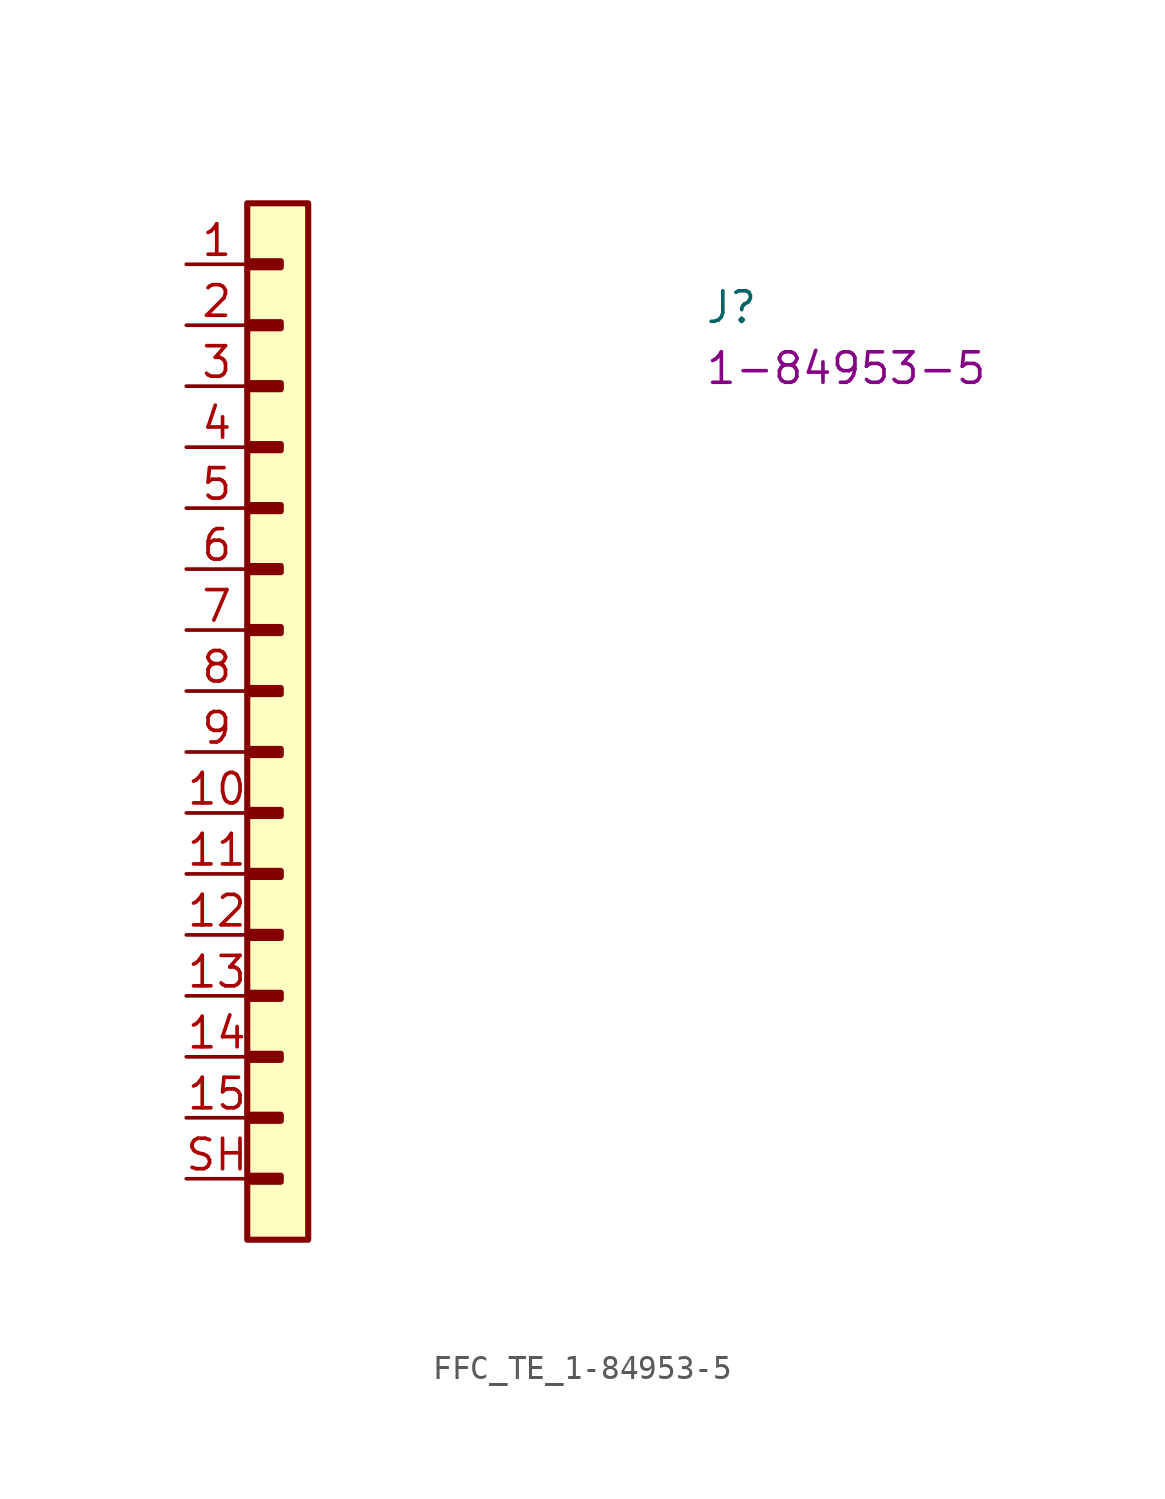
<source format=kicad_sym>
(kicad_symbol_lib
  (version 20220914)
  (generator kicad_symbol_editor)
  (symbol "FFC_TE_1-84953-5"
    (property "Reference" "J"
      (at 21.59 -2.54 0)
      (effects (font (size 1.27 1.27) (thickness 0.15)) (justify left bottom)))
    (property "MPN" "1-84953-5"
      (at 21.59 -5.08 0)
      (effects (font (size 1.27 1.27) (thickness 0.15)) (justify left bottom)))
    (symbol "FFC_TE_1-84953-5_1_1"
      (rectangle (start 2.54 2.54) (end 5.08 -40.64) (stroke (width 0.254) (type default)) (fill (type background)))
      (rectangle (start 2.667 -37.973) (end 3.937 -38.227) (stroke (width 0.254) (type default)) (fill (type outline)))
      (rectangle (start 2.667 -35.433) (end 3.937 -35.687) (stroke (width 0.254) (type default)) (fill (type outline)))
      (rectangle (start 2.667 -32.893) (end 3.937 -33.147) (stroke (width 0.254) (type default)) (fill (type outline)))
      (rectangle (start 2.667 -30.353) (end 3.937 -30.607) (stroke (width 0.254) (type default)) (fill (type outline)))
      (rectangle (start 2.667 -27.813) (end 3.937 -28.067) (stroke (width 0.254) (type default)) (fill (type outline)))
      (rectangle (start 2.667 -25.273) (end 3.937 -25.527) (stroke (width 0.254) (type default)) (fill (type outline)))
      (rectangle (start 2.667 -22.733) (end 3.937 -22.987) (stroke (width 0.254) (type default)) (fill (type outline)))
      (rectangle (start 2.667 -20.193) (end 3.937 -20.447) (stroke (width 0.254) (type default)) (fill (type outline)))
      (rectangle (start 2.667 -17.653) (end 3.937 -17.907) (stroke (width 0.254) (type default)) (fill (type outline)))
      (rectangle (start 2.667 -15.113) (end 3.937 -15.367) (stroke (width 0.254) (type default)) (fill (type outline)))
      (rectangle (start 2.667 -12.573) (end 3.937 -12.827) (stroke (width 0.254) (type default)) (fill (type outline)))
      (rectangle (start 2.667 -10.033) (end 3.937 -10.287) (stroke (width 0.254) (type default)) (fill (type outline)))
      (rectangle (start 2.667 -7.493) (end 3.937 -7.747) (stroke (width 0.254) (type default)) (fill (type outline)))
      (rectangle (start 2.667 -4.953) (end 3.937 -5.207) (stroke (width 0.254) (type default)) (fill (type outline)))
      (rectangle (start 2.667 -2.413) (end 3.937 -2.667) (stroke (width 0.254) (type default)) (fill (type outline)))
      (rectangle (start 2.667 0.127) (end 3.937 -0.127) (stroke (width 0.254) (type default)) (fill (type outline)))
      (pin bidirectional line (at 0 0 0) (length 2.54) (name "~" (effects (font (size 1.27 1.27)))) (number "1" (effects (font (size 1.27 1.27)))))
      (pin bidirectional line (at 0 -22.86 0) (length 2.54) (name "~" (effects (font (size 1.27 1.27)))) (number "10" (effects (font (size 1.27 1.27)))))
      (pin bidirectional line (at 0 -25.4 0) (length 2.54) (name "~" (effects (font (size 1.27 1.27)))) (number "11" (effects (font (size 1.27 1.27)))))
      (pin bidirectional line (at 0 -27.94 0) (length 2.54) (name "~" (effects (font (size 1.27 1.27)))) (number "12" (effects (font (size 1.27 1.27)))))
      (pin bidirectional line (at 0 -30.48 0) (length 2.54) (name "~" (effects (font (size 1.27 1.27)))) (number "13" (effects (font (size 1.27 1.27)))))
      (pin bidirectional line (at 0 -33.02 0) (length 2.54) (name "~" (effects (font (size 1.27 1.27)))) (number "14" (effects (font (size 1.27 1.27)))))
      (pin bidirectional line (at 0 -35.56 0) (length 2.54) (name "~" (effects (font (size 1.27 1.27)))) (number "15" (effects (font (size 1.27 1.27)))))
      (pin bidirectional line (at 0 -2.54 0) (length 2.54) (name "~" (effects (font (size 1.27 1.27)))) (number "2" (effects (font (size 1.27 1.27)))))
      (pin bidirectional line (at 0 -5.08 0) (length 2.54) (name "~" (effects (font (size 1.27 1.27)))) (number "3" (effects (font (size 1.27 1.27)))))
      (pin bidirectional line (at 0 -7.62 0) (length 2.54) (name "~" (effects (font (size 1.27 1.27)))) (number "4" (effects (font (size 1.27 1.27)))))
      (pin bidirectional line (at 0 -10.16 0) (length 2.54) (name "~" (effects (font (size 1.27 1.27)))) (number "5" (effects (font (size 1.27 1.27)))))
      (pin bidirectional line (at 0 -12.7 0) (length 2.54) (name "~" (effects (font (size 1.27 1.27)))) (number "6" (effects (font (size 1.27 1.27)))))
      (pin bidirectional line (at 0 -15.24 0) (length 2.54) (name "~" (effects (font (size 1.27 1.27)))) (number "7" (effects (font (size 1.27 1.27)))))
      (pin bidirectional line (at 0 -17.78 0) (length 2.54) (name "~" (effects (font (size 1.27 1.27)))) (number "8" (effects (font (size 1.27 1.27)))))
      (pin bidirectional line (at 0 -20.32 0) (length 2.54) (name "~" (effects (font (size 1.27 1.27)))) (number "9" (effects (font (size 1.27 1.27)))))
      (pin bidirectional line (at 0 -38.1 0) (length 2.54) (name "~" (effects (font (size 1.27 1.27)))) (number "SH" (effects (font (size 1.27 1.27))))))))
</source>
